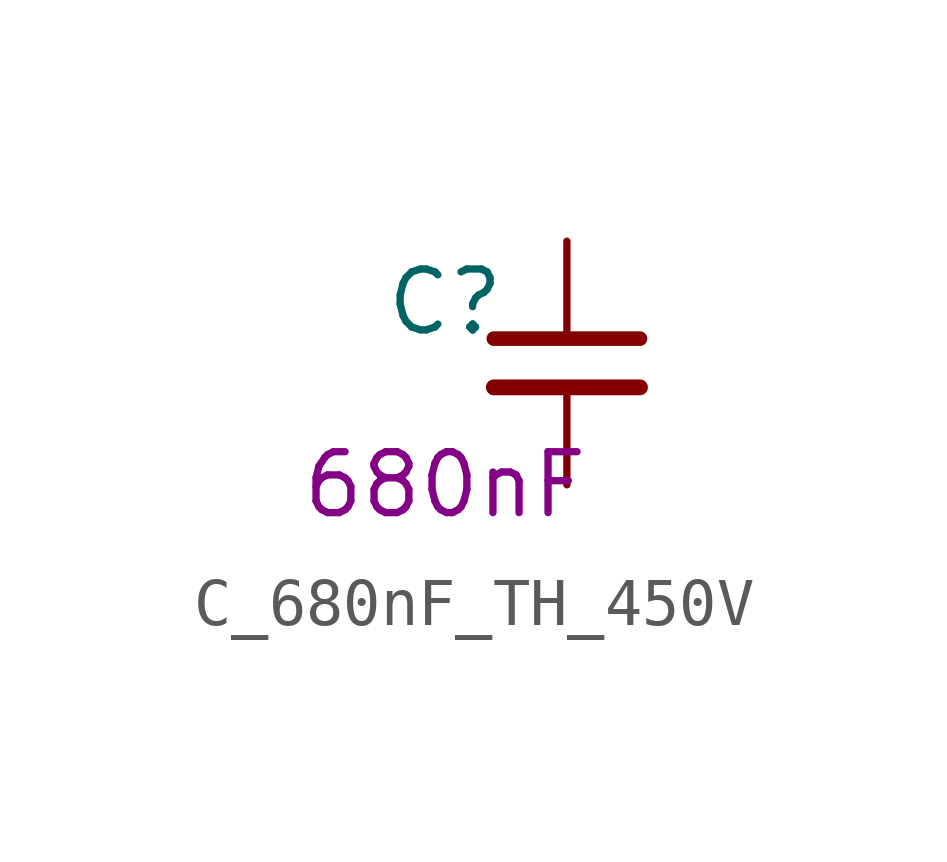
<source format=kicad_sym>
(kicad_symbol_lib
  (version 20220914)
  (generator kicad_symbol_editor)
  (symbol "C_680nF_TH_450V"
    (pin_numbers hide)
    (pin_names
      (offset 0))
    (property "Reference" "C"
      (at -2.54 1.27 0)
      (effects (font (size 1.27 1.27))))
    (property "Waarde" "680nF"
      (at -2.54 -2.54 0)
      (effects (font (size 1.27 1.27))))
    (symbol "C_680nF_TH_450V_0_1"
      (polyline (pts (xy -1.524 -0.508) (xy 1.524 -0.508)) (stroke (width 0.33) (type default)) (fill (type none)))
      (polyline (pts (xy -1.524 0.508) (xy 1.524 0.508)) (stroke (width 0.305) (type default)) (fill (type none))))
    (symbol "C_680nF_TH_450V_1_1"
      (pin passive line (at 0 2.54 270) (length 2.032) (name "~" (effects (font (size 1.27 1.27)))) (number "1" (effects (font (size 1.27 1.27)))))
      (pin passive line (at 0 -2.54 90) (length 2.032) (name "~" (effects (font (size 1.27 1.27)))) (number "2" (effects (font (size 1.27 1.27))))))))
</source>
